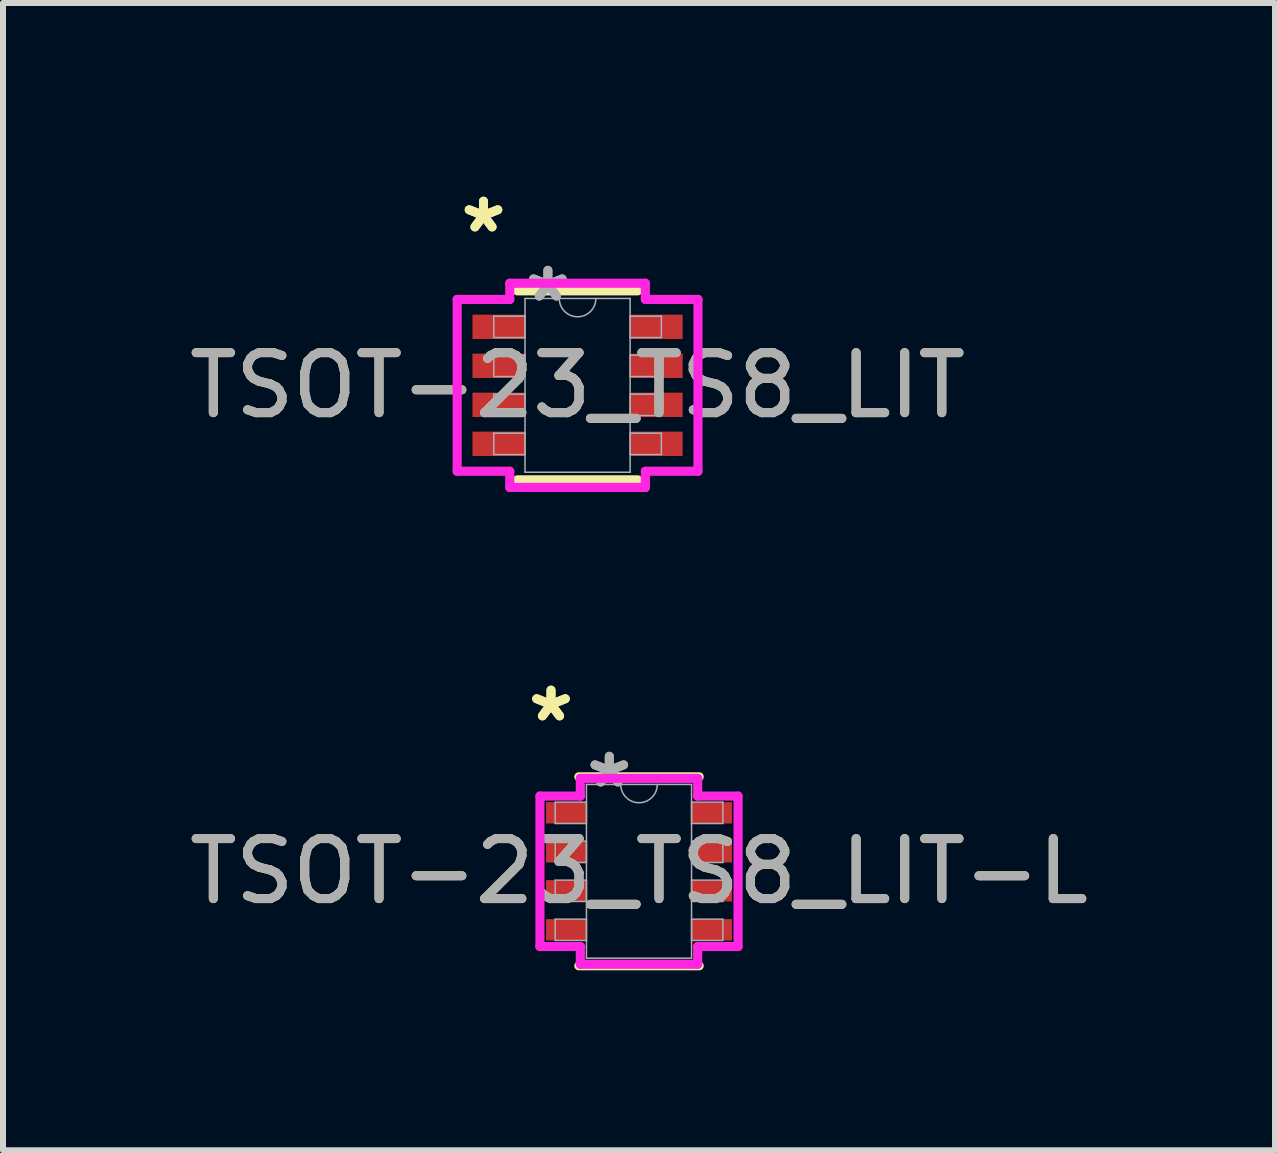
<source format=kicad_pcb>
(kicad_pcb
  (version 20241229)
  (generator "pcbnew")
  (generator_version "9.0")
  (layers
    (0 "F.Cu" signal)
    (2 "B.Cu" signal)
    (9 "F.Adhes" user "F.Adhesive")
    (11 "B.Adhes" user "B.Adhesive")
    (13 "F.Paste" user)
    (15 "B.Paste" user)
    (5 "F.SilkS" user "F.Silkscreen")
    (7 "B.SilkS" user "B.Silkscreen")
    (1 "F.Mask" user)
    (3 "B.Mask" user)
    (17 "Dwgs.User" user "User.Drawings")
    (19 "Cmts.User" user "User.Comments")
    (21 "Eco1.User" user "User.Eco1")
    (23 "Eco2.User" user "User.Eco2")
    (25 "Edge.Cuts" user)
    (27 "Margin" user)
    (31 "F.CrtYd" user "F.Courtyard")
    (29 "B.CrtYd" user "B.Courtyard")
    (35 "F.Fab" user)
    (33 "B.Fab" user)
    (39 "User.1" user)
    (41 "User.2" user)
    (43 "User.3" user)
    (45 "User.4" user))
  (footprint "TSOT-23_TS8_LIT-L"
    (layer "F.Cu")
    (at 7.601 11.473)
    (property "Reference" "TSOT-23_TS8_LIT-L" (at 0 0 0) (unlocked yes) (layer "F.SilkS") (effects (font (size 1 1) (thickness 0.15))))
    (attr smd)
    (fp_line (start -1.003 1.575) (end 1.003 1.575) (stroke (width 0.152) (type solid)) (layer "F.SilkS"))
    (fp_line (start 1.003 -1.575) (end -1.003 -1.575) (stroke (width 0.152) (type solid)) (layer "F.SilkS"))
    (fp_line (start -1.651 -1.254) (end -0.978 -1.254) (stroke (width 0.152) (type solid)) (layer "F.CrtYd"))
    (fp_line (start -1.651 1.254) (end -1.651 -1.254) (stroke (width 0.152) (type solid)) (layer "F.CrtYd"))
    (fp_line (start -1.651 1.254) (end -0.978 1.254) (stroke (width 0.152) (type solid)) (layer "F.CrtYd"))
    (fp_line (start -0.978 -1.549) (end 0.978 -1.549) (stroke (width 0.152) (type solid)) (layer "F.CrtYd"))
    (fp_line (start -0.978 -1.254) (end -0.978 -1.549) (stroke (width 0.152) (type solid)) (layer "F.CrtYd"))
    (fp_line (start -0.978 1.549) (end -0.978 1.254) (stroke (width 0.152) (type solid)) (layer "F.CrtYd"))
    (fp_line (start 0.978 -1.549) (end 0.978 -1.254) (stroke (width 0.152) (type solid)) (layer "F.CrtYd"))
    (fp_line (start 0.978 1.254) (end 0.978 1.549) (stroke (width 0.152) (type solid)) (layer "F.CrtYd"))
    (fp_line (start 0.978 1.549) (end -0.978 1.549) (stroke (width 0.152) (type solid)) (layer "F.CrtYd"))
    (fp_line (start 1.651 -1.254) (end 0.978 -1.254) (stroke (width 0.152) (type solid)) (layer "F.CrtYd"))
    (fp_line (start 1.651 -1.254) (end 1.651 1.254) (stroke (width 0.152) (type solid)) (layer "F.CrtYd"))
    (fp_line (start 1.651 1.254) (end 0.978 1.254) (stroke (width 0.152) (type solid)) (layer "F.CrtYd"))
    (fp_line (start -1.397 -1.153) (end -1.397 -0.797) (stroke (width 0.025) (type solid)) (layer "F.Fab"))
    (fp_line (start -1.397 -0.797) (end -0.876 -0.797) (stroke (width 0.025) (type solid)) (layer "F.Fab"))
    (fp_line (start -1.397 -0.503) (end -1.397 -0.147) (stroke (width 0.025) (type solid)) (layer "F.Fab"))
    (fp_line (start -1.397 -0.147) (end -0.876 -0.147) (stroke (width 0.025) (type solid)) (layer "F.Fab"))
    (fp_line (start -1.397 0.147) (end -1.397 0.503) (stroke (width 0.025) (type solid)) (layer "F.Fab"))
    (fp_line (start -1.397 0.503) (end -0.876 0.503) (stroke (width 0.025) (type solid)) (layer "F.Fab"))
    (fp_line (start -1.397 0.797) (end -1.397 1.153) (stroke (width 0.025) (type solid)) (layer "F.Fab"))
    (fp_line (start -1.397 1.153) (end -0.876 1.153) (stroke (width 0.025) (type solid)) (layer "F.Fab"))
    (fp_line (start -0.876 -1.448) (end -0.876 1.448) (stroke (width 0.025) (type solid)) (layer "F.Fab"))
    (fp_line (start -0.876 -1.153) (end -1.397 -1.153) (stroke (width 0.025) (type solid)) (layer "F.Fab"))
    (fp_line (start -0.876 -0.797) (end -0.876 -1.153) (stroke (width 0.025) (type solid)) (layer "F.Fab"))
    (fp_line (start -0.876 -0.503) (end -1.397 -0.503) (stroke (width 0.025) (type solid)) (layer "F.Fab"))
    (fp_line (start -0.876 -0.147) (end -0.876 -0.503) (stroke (width 0.025) (type solid)) (layer "F.Fab"))
    (fp_line (start -0.876 0.147) (end -1.397 0.147) (stroke (width 0.025) (type solid)) (layer "F.Fab"))
    (fp_line (start -0.876 0.503) (end -0.876 0.147) (stroke (width 0.025) (type solid)) (layer "F.Fab"))
    (fp_line (start -0.876 0.797) (end -1.397 0.797) (stroke (width 0.025) (type solid)) (layer "F.Fab"))
    (fp_line (start -0.876 1.153) (end -0.876 0.797) (stroke (width 0.025) (type solid)) (layer "F.Fab"))
    (fp_line (start -0.876 1.448) (end 0.876 1.448) (stroke (width 0.025) (type solid)) (layer "F.Fab"))
    (fp_line (start 0.876 -1.448) (end -0.876 -1.448) (stroke (width 0.025) (type solid)) (layer "F.Fab"))
    (fp_line (start 0.876 -1.153) (end 0.876 -0.797) (stroke (width 0.025) (type solid)) (layer "F.Fab"))
    (fp_line (start 0.876 -0.797) (end 1.397 -0.797) (stroke (width 0.025) (type solid)) (layer "F.Fab"))
    (fp_line (start 0.876 -0.503) (end 0.876 -0.147) (stroke (width 0.025) (type solid)) (layer "F.Fab"))
    (fp_line (start 0.876 -0.147) (end 1.397 -0.147) (stroke (width 0.025) (type solid)) (layer "F.Fab"))
    (fp_line (start 0.876 0.147) (end 0.876 0.503) (stroke (width 0.025) (type solid)) (layer "F.Fab"))
    (fp_line (start 0.876 0.503) (end 1.397 0.503) (stroke (width 0.025) (type solid)) (layer "F.Fab"))
    (fp_line (start 0.876 0.797) (end 0.876 1.153) (stroke (width 0.025) (type solid)) (layer "F.Fab"))
    (fp_line (start 0.876 1.153) (end 1.397 1.153) (stroke (width 0.025) (type solid)) (layer "F.Fab"))
    (fp_line (start 0.876 1.448) (end 0.876 -1.448) (stroke (width 0.025) (type solid)) (layer "F.Fab"))
    (fp_line (start 1.397 -1.153) (end 0.876 -1.153) (stroke (width 0.025) (type solid)) (layer "F.Fab"))
    (fp_line (start 1.397 -0.797) (end 1.397 -1.153) (stroke (width 0.025) (type solid)) (layer "F.Fab"))
    (fp_line (start 1.397 -0.503) (end 0.876 -0.503) (stroke (width 0.025) (type solid)) (layer "F.Fab"))
    (fp_line (start 1.397 -0.147) (end 1.397 -0.503) (stroke (width 0.025) (type solid)) (layer "F.Fab"))
    (fp_line (start 1.397 0.147) (end 0.876 0.147) (stroke (width 0.025) (type solid)) (layer "F.Fab"))
    (fp_line (start 1.397 0.503) (end 1.397 0.147) (stroke (width 0.025) (type solid)) (layer "F.Fab"))
    (fp_line (start 1.397 0.797) (end 0.876 0.797) (stroke (width 0.025) (type solid)) (layer "F.Fab"))
    (fp_line (start 1.397 1.153) (end 1.397 0.797) (stroke (width 0.025) (type solid)) (layer "F.Fab"))
    (fp_arc (start 0.3048 -1.4478) (mid 0 -1.143) (end -0.3048 -1.4478) (stroke (width 0.0254) (type solid)) (layer "F.Fab"))
    (fp_text user "*" (at -1.467 -2.474 0) (layer "F.SilkS") (effects (font (size 1 1) (thickness 0.15))))
    (fp_text user "*" (at -1.467 -2.474 0) (unlocked yes) (layer "F.SilkS") (effects (font (size 1 1) (thickness 0.15))))
    (fp_text user "*" (at -0.495 -1.372 0) (unlocked yes) (layer "F.Fab") (effects (font (size 1 1) (thickness 0.15))))
    (fp_text user "${REFERENCE}" (at 0 0 0) (unlocked yes) (layer "F.Fab") (effects (font (size 1 1) (thickness 0.15))))
    (fp_text user "*" (at -0.495 -1.372 0) (layer "F.Fab") (effects (font (size 1 1) (thickness 0.15))))
    (pad "1" smd rect (at -1.213 -0.975) (size 0.673 0.356) (layers "F.Cu" "F.Mask" "F.Paste"))
    (pad "2" smd rect (at -1.213 -0.325) (size 0.673 0.356) (layers "F.Cu" "F.Mask" "F.Paste"))
    (pad "3" smd rect (at -1.213 0.325) (size 0.673 0.356) (layers "F.Cu" "F.Mask" "F.Paste"))
    (pad "4" smd rect (at -1.213 0.975) (size 0.673 0.356) (layers "F.Cu" "F.Mask" "F.Paste"))
    (pad "5" smd rect (at 1.213 0.975) (size 0.673 0.356) (layers "F.Cu" "F.Mask" "F.Paste"))
    (pad "6" smd rect (at 1.213 0.325) (size 0.673 0.356) (layers "F.Cu" "F.Mask" "F.Paste"))
    (pad "7" smd rect (at 1.213 -0.325) (size 0.673 0.356) (layers "F.Cu" "F.Mask" "F.Paste"))
    (pad "8" smd rect (at 1.213 -0.975) (size 0.673 0.356) (layers "F.Cu" "F.Mask" "F.Paste")))
  (footprint "TSOT-23_TS8_LIT"
    (layer "F.Cu")
    (at 6.577 3.373)
    (property "Reference" "TSOT-23_TS8_LIT" (at 0 0 0) (unlocked yes) (layer "F.SilkS") (effects (font (size 1 1) (thickness 0.15))))
    (attr smd)
    (fp_line (start -1.003 1.575) (end 1.003 1.575) (stroke (width 0.152) (type solid)) (layer "F.SilkS"))
    (fp_line (start 1.003 -1.575) (end -1.003 -1.575) (stroke (width 0.152) (type solid)) (layer "F.SilkS"))
    (fp_line (start -2.007 -1.432) (end -1.13 -1.432) (stroke (width 0.152) (type solid)) (layer "F.CrtYd"))
    (fp_line (start -2.007 1.432) (end -2.007 -1.432) (stroke (width 0.152) (type solid)) (layer "F.CrtYd"))
    (fp_line (start -2.007 1.432) (end -1.13 1.432) (stroke (width 0.152) (type solid)) (layer "F.CrtYd"))
    (fp_line (start -1.13 -1.702) (end 1.13 -1.702) (stroke (width 0.152) (type solid)) (layer "F.CrtYd"))
    (fp_line (start -1.13 -1.432) (end -1.13 -1.702) (stroke (width 0.152) (type solid)) (layer "F.CrtYd"))
    (fp_line (start -1.13 1.702) (end -1.13 1.432) (stroke (width 0.152) (type solid)) (layer "F.CrtYd"))
    (fp_line (start 1.13 -1.702) (end 1.13 -1.432) (stroke (width 0.152) (type solid)) (layer "F.CrtYd"))
    (fp_line (start 1.13 1.432) (end 1.13 1.702) (stroke (width 0.152) (type solid)) (layer "F.CrtYd"))
    (fp_line (start 1.13 1.702) (end -1.13 1.702) (stroke (width 0.152) (type solid)) (layer "F.CrtYd"))
    (fp_line (start 2.007 -1.432) (end 1.13 -1.432) (stroke (width 0.152) (type solid)) (layer "F.CrtYd"))
    (fp_line (start 2.007 -1.432) (end 2.007 1.432) (stroke (width 0.152) (type solid)) (layer "F.CrtYd"))
    (fp_line (start 2.007 1.432) (end 1.13 1.432) (stroke (width 0.152) (type solid)) (layer "F.CrtYd"))
    (fp_line (start -1.397 -1.153) (end -1.397 -0.797) (stroke (width 0.025) (type solid)) (layer "F.Fab"))
    (fp_line (start -1.397 -0.797) (end -0.876 -0.797) (stroke (width 0.025) (type solid)) (layer "F.Fab"))
    (fp_line (start -1.397 -0.503) (end -1.397 -0.147) (stroke (width 0.025) (type solid)) (layer "F.Fab"))
    (fp_line (start -1.397 -0.147) (end -0.876 -0.147) (stroke (width 0.025) (type solid)) (layer "F.Fab"))
    (fp_line (start -1.397 0.147) (end -1.397 0.503) (stroke (width 0.025) (type solid)) (layer "F.Fab"))
    (fp_line (start -1.397 0.503) (end -0.876 0.503) (stroke (width 0.025) (type solid)) (layer "F.Fab"))
    (fp_line (start -1.397 0.797) (end -1.397 1.153) (stroke (width 0.025) (type solid)) (layer "F.Fab"))
    (fp_line (start -1.397 1.153) (end -0.876 1.153) (stroke (width 0.025) (type solid)) (layer "F.Fab"))
    (fp_line (start -0.876 -1.448) (end -0.876 1.448) (stroke (width 0.025) (type solid)) (layer "F.Fab"))
    (fp_line (start -0.876 -1.153) (end -1.397 -1.153) (stroke (width 0.025) (type solid)) (layer "F.Fab"))
    (fp_line (start -0.876 -0.797) (end -0.876 -1.153) (stroke (width 0.025) (type solid)) (layer "F.Fab"))
    (fp_line (start -0.876 -0.503) (end -1.397 -0.503) (stroke (width 0.025) (type solid)) (layer "F.Fab"))
    (fp_line (start -0.876 -0.147) (end -0.876 -0.503) (stroke (width 0.025) (type solid)) (layer "F.Fab"))
    (fp_line (start -0.876 0.147) (end -1.397 0.147) (stroke (width 0.025) (type solid)) (layer "F.Fab"))
    (fp_line (start -0.876 0.503) (end -0.876 0.147) (stroke (width 0.025) (type solid)) (layer "F.Fab"))
    (fp_line (start -0.876 0.797) (end -1.397 0.797) (stroke (width 0.025) (type solid)) (layer "F.Fab"))
    (fp_line (start -0.876 1.153) (end -0.876 0.797) (stroke (width 0.025) (type solid)) (layer "F.Fab"))
    (fp_line (start -0.876 1.448) (end 0.876 1.448) (stroke (width 0.025) (type solid)) (layer "F.Fab"))
    (fp_line (start 0.876 -1.448) (end -0.876 -1.448) (stroke (width 0.025) (type solid)) (layer "F.Fab"))
    (fp_line (start 0.876 -1.153) (end 0.876 -0.797) (stroke (width 0.025) (type solid)) (layer "F.Fab"))
    (fp_line (start 0.876 -0.797) (end 1.397 -0.797) (stroke (width 0.025) (type solid)) (layer "F.Fab"))
    (fp_line (start 0.876 -0.503) (end 0.876 -0.147) (stroke (width 0.025) (type solid)) (layer "F.Fab"))
    (fp_line (start 0.876 -0.147) (end 1.397 -0.147) (stroke (width 0.025) (type solid)) (layer "F.Fab"))
    (fp_line (start 0.876 0.147) (end 0.876 0.503) (stroke (width 0.025) (type solid)) (layer "F.Fab"))
    (fp_line (start 0.876 0.503) (end 1.397 0.503) (stroke (width 0.025) (type solid)) (layer "F.Fab"))
    (fp_line (start 0.876 0.797) (end 0.876 1.153) (stroke (width 0.025) (type solid)) (layer "F.Fab"))
    (fp_line (start 0.876 1.153) (end 1.397 1.153) (stroke (width 0.025) (type solid)) (layer "F.Fab"))
    (fp_line (start 0.876 1.448) (end 0.876 -1.448) (stroke (width 0.025) (type solid)) (layer "F.Fab"))
    (fp_line (start 1.397 -1.153) (end 0.876 -1.153) (stroke (width 0.025) (type solid)) (layer "F.Fab"))
    (fp_line (start 1.397 -0.797) (end 1.397 -1.153) (stroke (width 0.025) (type solid)) (layer "F.Fab"))
    (fp_line (start 1.397 -0.503) (end 0.876 -0.503) (stroke (width 0.025) (type solid)) (layer "F.Fab"))
    (fp_line (start 1.397 -0.147) (end 1.397 -0.503) (stroke (width 0.025) (type solid)) (layer "F.Fab"))
    (fp_line (start 1.397 0.147) (end 0.876 0.147) (stroke (width 0.025) (type solid)) (layer "F.Fab"))
    (fp_line (start 1.397 0.503) (end 1.397 0.147) (stroke (width 0.025) (type solid)) (layer "F.Fab"))
    (fp_line (start 1.397 0.797) (end 0.876 0.797) (stroke (width 0.025) (type solid)) (layer "F.Fab"))
    (fp_line (start 1.397 1.153) (end 1.397 0.797) (stroke (width 0.025) (type solid)) (layer "F.Fab"))
    (fp_arc (start 0.3048 -1.4478) (mid 0 -1.143) (end -0.3048 -1.4478) (stroke (width 0.0254) (type solid)) (layer "F.Fab"))
    (fp_text user "*" (at -1.568 -2.524 0) (layer "F.SilkS") (effects (font (size 1 1) (thickness 0.15))))
    (fp_text user "*" (at -1.568 -2.524 0) (unlocked yes) (layer "F.SilkS") (effects (font (size 1 1) (thickness 0.15))))
    (fp_text user "*" (at -0.495 -1.372 0) (unlocked yes) (layer "F.Fab") (effects (font (size 1 1) (thickness 0.15))))
    (fp_text user "*" (at -0.495 -1.372 0) (layer "F.Fab") (effects (font (size 1 1) (thickness 0.15))))
    (fp_text user "${REFERENCE}" (at 0 0 0) (unlocked yes) (layer "F.Fab") (effects (font (size 1 1) (thickness 0.15))))
    (pad "1" smd rect (at -1.314 -0.975) (size 0.876 0.406) (layers "F.Cu" "F.Mask" "F.Paste"))
    (pad "2" smd rect (at -1.314 -0.325) (size 0.876 0.406) (layers "F.Cu" "F.Mask" "F.Paste"))
    (pad "3" smd rect (at -1.314 0.325) (size 0.876 0.406) (layers "F.Cu" "F.Mask" "F.Paste"))
    (pad "4" smd rect (at -1.314 0.975) (size 0.876 0.406) (layers "F.Cu" "F.Mask" "F.Paste"))
    (pad "5" smd rect (at 1.314 0.975) (size 0.876 0.406) (layers "F.Cu" "F.Mask" "F.Paste"))
    (pad "6" smd rect (at 1.314 0.325) (size 0.876 0.406) (layers "F.Cu" "F.Mask" "F.Paste"))
    (pad "7" smd rect (at 1.314 -0.325) (size 0.876 0.406) (layers "F.Cu" "F.Mask" "F.Paste"))
    (pad "8" smd rect (at 1.314 -0.975) (size 0.876 0.406) (layers "F.Cu" "F.Mask" "F.Paste")))
  (gr_rect
    (start -3 -3)
    (end 18.202 16.123)
    (stroke (width 0.1) (type default))
    (fill no)
    (layer "Edge.Cuts")))
</source>
